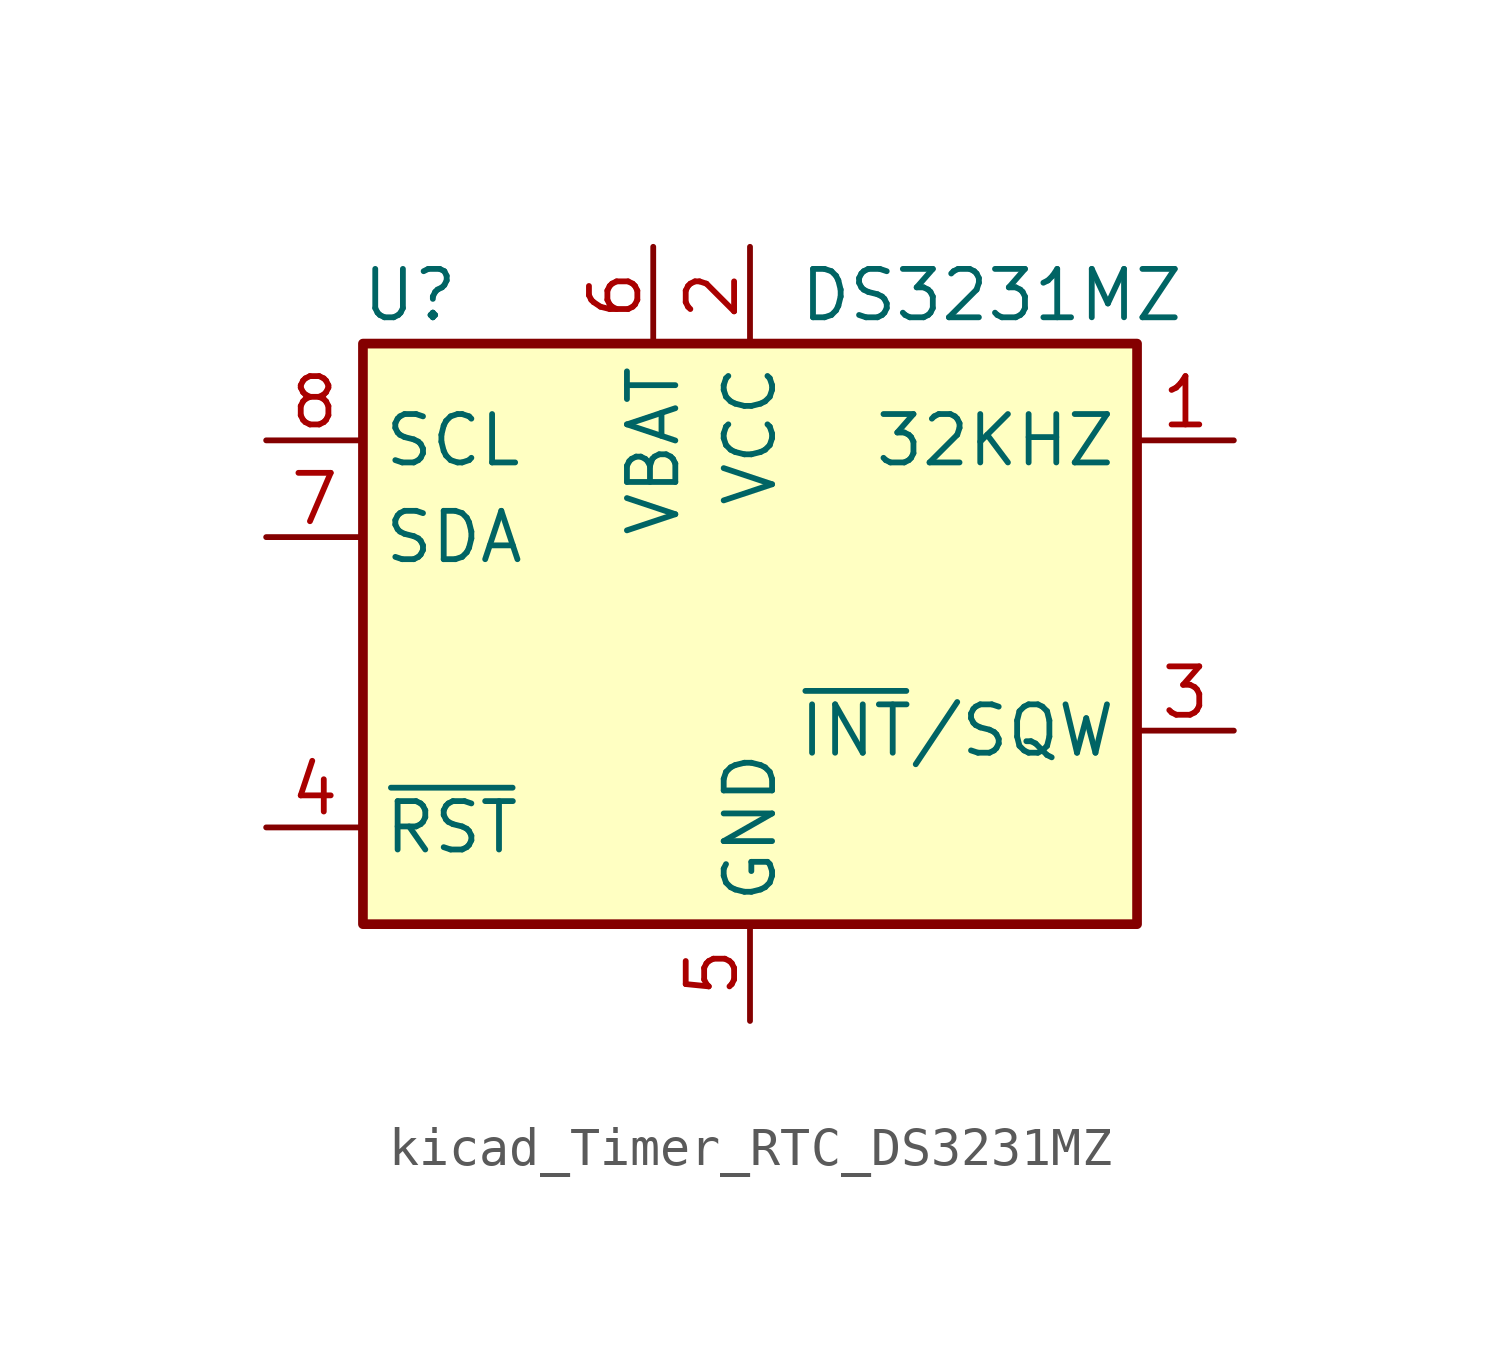
<source format=kicad_sym>
(kicad_symbol_lib
  (version 20220914)
  (generator kicad_symbol_editor)
  (symbol "kicad_Timer_RTC_DS3231MZ"
    (property "Reference" "U"
      (at -7.62 8.89 0)
      (effects (font (size 1.27 1.27)) (justify right)))
    (property "Value" "DS3231MZ"
      (at 11.43 8.89 0)
      (effects (font (size 1.27 1.27)) (justify right)))
    (symbol "kicad_Timer_RTC_DS3231MZ_0_1"
      (rectangle (start -10.16 7.62) (end 10.16 -7.62) (stroke (width 0.254) (type default)) (fill (type background))))
    (symbol "kicad_Timer_RTC_DS3231MZ_1_1"
      (pin open_collector line (at 12.7 5.08 180) (length 2.54) (name "32KHZ" (effects (font (size 1.27 1.27)))) (number "1" (effects (font (size 1.27 1.27)))))
      (pin power_in line (at 0 10.16 270) (length 2.54) (name "VCC" (effects (font (size 1.27 1.27)))) (number "2" (effects (font (size 1.27 1.27)))))
      (pin open_collector line (at 12.7 -2.54 180) (length 2.54) (name "~{INT}/SQW" (effects (font (size 1.27 1.27)))) (number "3" (effects (font (size 1.27 1.27)))))
      (pin bidirectional line (at -12.7 -5.08 0) (length 2.54) (name "~{RST}" (effects (font (size 1.27 1.27)))) (number "4" (effects (font (size 1.27 1.27)))))
      (pin power_in line (at 0 -10.16 90) (length 2.54) (name "GND" (effects (font (size 1.27 1.27)))) (number "5" (effects (font (size 1.27 1.27)))))
      (pin power_in line (at -2.54 10.16 270) (length 2.54) (name "VBAT" (effects (font (size 1.27 1.27)))) (number "6" (effects (font (size 1.27 1.27)))))
      (pin bidirectional line (at -12.7 2.54 0) (length 2.54) (name "SDA" (effects (font (size 1.27 1.27)))) (number "7" (effects (font (size 1.27 1.27)))))
      (pin input line (at -12.7 5.08 0) (length 2.54) (name "SCL" (effects (font (size 1.27 1.27)))) (number "8" (effects (font (size 1.27 1.27))))))))
</source>
